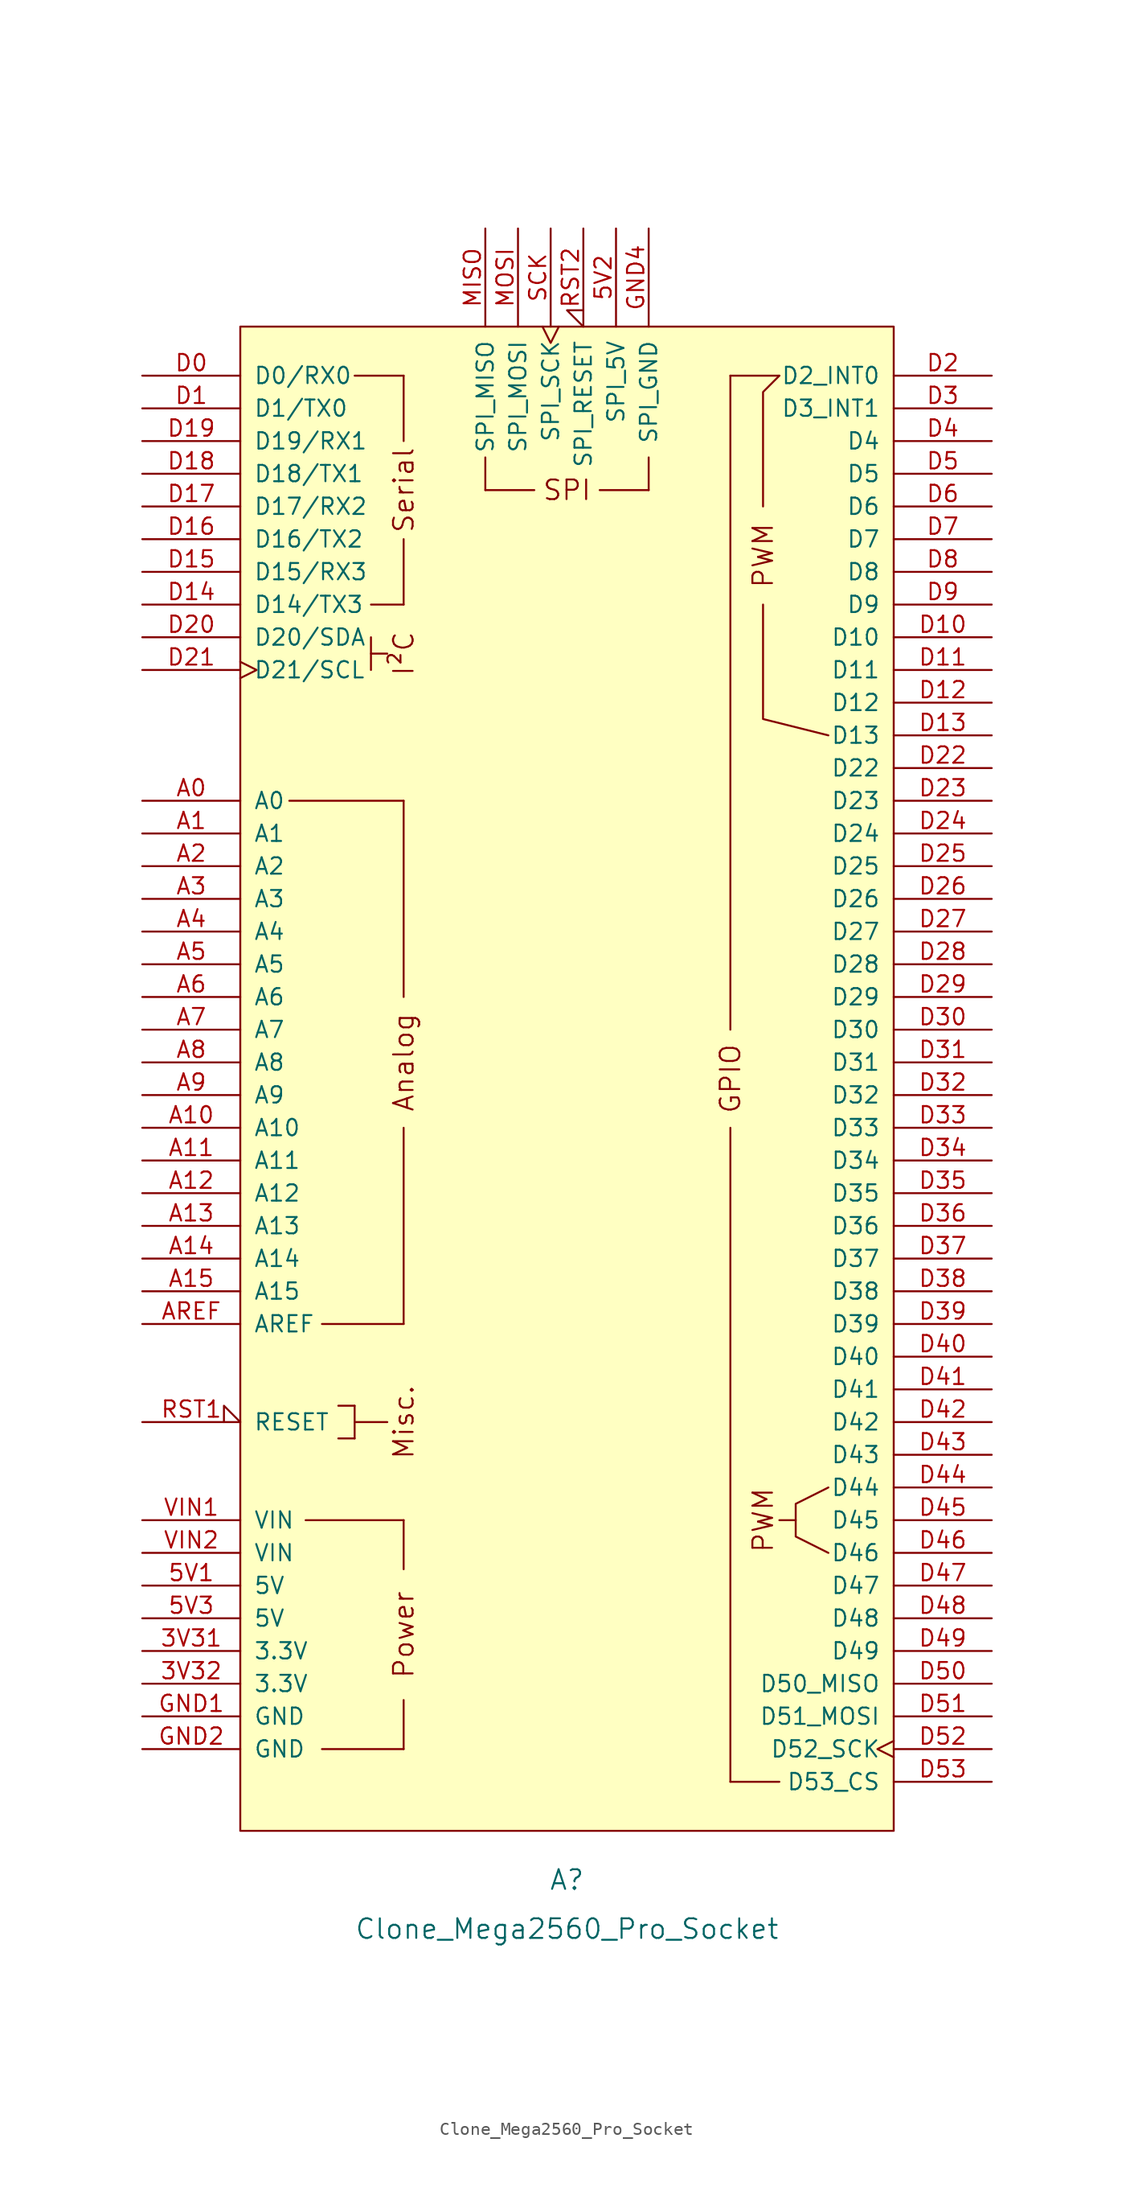
<source format=kicad_sym>
(kicad_symbol_lib
  (version 20211014)
  (generator kicad_symbol_editor)
  (symbol "Clone_Mega2560_Pro_Socket"
    (pin_names
      (offset 1.016))
    (property "Reference" "A"
      (at 0 -62.23 0)
      (effects (font (size 1.524 1.524))))
    (property "Value" "Clone_Mega2560_Pro_Socket"
      (at 0 -66.04 0)
      (effects (font (size 1.524 1.524))))
    (symbol "Clone_Mega2560_Pro_Socket_0_0"
      (rectangle (start -25.4 -58.42) (end 25.4 58.42) (stroke (width 0) (type default) (color 0 0 0 0)) (fill (type background)))
      (rectangle (start -20.32 -34.29) (end -12.7 -34.29) (stroke (width 0) (type default) (color 0 0 0 0)) (fill (type none)))
      (rectangle (start -19.05 -52.07) (end -12.7 -52.07) (stroke (width 0) (type default) (color 0 0 0 0)) (fill (type none)))
      (rectangle (start -19.05 -19.05) (end -12.7 -19.05) (stroke (width 0) (type default) (color 0 0 0 0)) (fill (type none)))
      (rectangle (start -17.78 -27.94) (end -16.51 -27.94) (stroke (width 0) (type default) (color 0 0 0 0)) (fill (type none)))
      (rectangle (start -17.78 -25.4) (end -16.51 -25.4) (stroke (width 0) (type default) (color 0 0 0 0)) (fill (type none)))
      (rectangle (start -16.51 -26.67) (end -13.97 -26.67) (stroke (width 0) (type default) (color 0 0 0 0)) (fill (type none)))
      (rectangle (start -16.51 -25.4) (end -16.51 -27.94) (stroke (width 0) (type default) (color 0 0 0 0)) (fill (type none)))
      (rectangle (start -16.51 54.61) (end -12.7 54.61) (stroke (width 0) (type default) (color 0 0 0 0)) (fill (type none)))
      (rectangle (start -15.24 33.02) (end -13.97 33.02) (stroke (width 0) (type default) (color 0 0 0 0)) (fill (type none)))
      (rectangle (start -15.24 34.29) (end -15.24 31.75) (stroke (width 0) (type default) (color 0 0 0 0)) (fill (type none)))
      (rectangle (start -15.24 36.83) (end -12.7 36.83) (stroke (width 0) (type default) (color 0 0 0 0)) (fill (type none)))
      (rectangle (start -12.7 -48.26) (end -12.7 -52.07) (stroke (width 0) (type default) (color 0 0 0 0)) (fill (type none)))
      (rectangle (start -12.7 -34.29) (end -12.7 -38.1) (stroke (width 0) (type default) (color 0 0 0 0)) (fill (type none)))
      (rectangle (start -12.7 41.91) (end -12.7 36.83) (stroke (width 0) (type default) (color 0 0 0 0)) (fill (type none)))
      (rectangle (start -12.7 49.53) (end -12.7 54.61) (stroke (width 0) (type default) (color 0 0 0 0)) (fill (type none)))
      (rectangle (start -6.35 48.26) (end -6.35 45.72) (stroke (width 0) (type default) (color 0 0 0 0)) (fill (type none)))
      (rectangle (start -2.54 45.72) (end -6.35 45.72) (stroke (width 0) (type default) (color 0 0 0 0)) (fill (type none)))
      (polyline (pts (xy -21.59 21.59) (xy -12.7 21.59)) (stroke (width 0) (type default) (color 0 0 0 0)) (fill (type none)))
      (polyline (pts (xy -12.7 -19.05) (xy -12.7 -3.81)) (stroke (width 0) (type default) (color 0 0 0 0)) (fill (type none)))
      (polyline (pts (xy -12.7 6.35) (xy -12.7 21.59)) (stroke (width 0) (type default) (color 0 0 0 0)) (fill (type none)))
      (polyline (pts (xy 12.7 -54.61) (xy 16.51 -54.61)) (stroke (width 0) (type default) (color 0 0 0 0)) (fill (type none)))
      (polyline (pts (xy 12.7 54.61) (xy 16.51 54.61)) (stroke (width 0) (type default) (color 0 0 0 0)) (fill (type none)))
      (polyline (pts (xy 17.78 -34.29) (xy 16.51 -34.29)) (stroke (width 0) (type default) (color 0 0 0 0)) (fill (type none)))
      (polyline (pts (xy 15.24 36.83) (xy 15.24 27.94) (xy 20.32 26.67)) (stroke (width 0) (type default) (color 0 0 0 0)) (fill (type none)))
      (polyline (pts (xy 15.24 44.45) (xy 15.24 53.34) (xy 16.51 54.61)) (stroke (width 0) (type default) (color 0 0 0 0)) (fill (type none)))
      (polyline (pts (xy 20.32 -31.75) (xy 17.78 -33.02) (xy 17.78 -35.56) (xy 20.32 -36.83)) (stroke (width 0) (type default) (color 0 0 0 0)) (fill (type none)))
      (rectangle (start 6.35 45.72) (end 2.54 45.72) (stroke (width 0) (type default) (color 0 0 0 0)) (fill (type none)))
      (rectangle (start 6.35 48.26) (end 6.35 45.72) (stroke (width 0) (type default) (color 0 0 0 0)) (fill (type none)))
      (text "Analog" (at -12.7 1.27 900) (effects (font (size 1.524 1.524))))
      (text "I²C" (at -12.7 33.02 900) (effects (font (size 1.524 1.524))))
      (text "Misc." (at -12.7 -26.67 900) (effects (font (size 1.524 1.524))))
      (text "Power" (at -12.7 -43.18 900) (effects (font (size 1.524 1.524))))
      (text "PWM" (at 15.24 -34.29 900) (effects (font (size 1.524 1.524))))
      (text "PWM" (at 15.24 40.64 900) (effects (font (size 1.524 1.524))))
      (text "Serial" (at -12.7 45.72 900) (effects (font (size 1.524 1.524))))
      (text "SPI" (at 0 45.72 0) (effects (font (size 1.524 1.524)))))
    (symbol "Clone_Mega2560_Pro_Socket_1_0"
      (rectangle (start 12.7 -54.61) (end 12.7 -3.81) (stroke (width 0) (type default) (color 0 0 0 0)) (fill (type none)))
      (rectangle (start 12.7 54.61) (end 12.7 3.81) (stroke (width 0) (type default) (color 0 0 0 0)) (fill (type none)))
      (text "GPIO" (at 12.7 0 900) (effects (font (size 1.524 1.524)))))
    (symbol "Clone_Mega2560_Pro_Socket_1_1"
      (pin power_out line (at -33.02 -44.45 0) (length 7.62) (name "3.3V" (effects (font (size 1.27 1.27)))) (number "3V31" (effects (font (size 1.27 1.27)))))
      (pin power_out line (at -33.02 -46.99 0) (length 7.62) (name "3.3V" (effects (font (size 1.27 1.27)))) (number "3V32" (effects (font (size 1.27 1.27)))))
      (pin power_in line (at -33.02 -39.37 0) (length 7.62) (name "5V" (effects (font (size 1.27 1.27)))) (number "5V1" (effects (font (size 1.27 1.27)))))
      (pin power_in line (at 3.81 66.04 270) (length 7.62) (name "SPI_5V" (effects (font (size 1.27 1.27)))) (number "5V2" (effects (font (size 1.27 1.27)))))
      (pin power_in line (at -33.02 -41.91 0) (length 7.62) (name "5V" (effects (font (size 1.27 1.27)))) (number "5V3" (effects (font (size 1.27 1.27)))))
      (pin bidirectional line (at -33.02 21.59 0) (length 7.62) (name "A0" (effects (font (size 1.27 1.27)))) (number "A0" (effects (font (size 1.27 1.27)))))
      (pin bidirectional line (at -33.02 19.05 0) (length 7.62) (name "A1" (effects (font (size 1.27 1.27)))) (number "A1" (effects (font (size 1.27 1.27)))))
      (pin bidirectional line (at -33.02 -3.81 0) (length 7.62) (name "A10" (effects (font (size 1.27 1.27)))) (number "A10" (effects (font (size 1.27 1.27)))))
      (pin bidirectional line (at -33.02 -6.35 0) (length 7.62) (name "A11" (effects (font (size 1.27 1.27)))) (number "A11" (effects (font (size 1.27 1.27)))))
      (pin bidirectional line (at -33.02 -8.89 0) (length 7.62) (name "A12" (effects (font (size 1.27 1.27)))) (number "A12" (effects (font (size 1.27 1.27)))))
      (pin bidirectional line (at -33.02 -11.43 0) (length 7.62) (name "A13" (effects (font (size 1.27 1.27)))) (number "A13" (effects (font (size 1.27 1.27)))))
      (pin bidirectional line (at -33.02 -13.97 0) (length 7.62) (name "A14" (effects (font (size 1.27 1.27)))) (number "A14" (effects (font (size 1.27 1.27)))))
      (pin bidirectional line (at -33.02 -16.51 0) (length 7.62) (name "A15" (effects (font (size 1.27 1.27)))) (number "A15" (effects (font (size 1.27 1.27)))))
      (pin bidirectional line (at -33.02 16.51 0) (length 7.62) (name "A2" (effects (font (size 1.27 1.27)))) (number "A2" (effects (font (size 1.27 1.27)))))
      (pin bidirectional line (at -33.02 13.97 0) (length 7.62) (name "A3" (effects (font (size 1.27 1.27)))) (number "A3" (effects (font (size 1.27 1.27)))))
      (pin bidirectional line (at -33.02 11.43 0) (length 7.62) (name "A4" (effects (font (size 1.27 1.27)))) (number "A4" (effects (font (size 1.27 1.27)))))
      (pin bidirectional line (at -33.02 8.89 0) (length 7.62) (name "A5" (effects (font (size 1.27 1.27)))) (number "A5" (effects (font (size 1.27 1.27)))))
      (pin bidirectional line (at -33.02 6.35 0) (length 7.62) (name "A6" (effects (font (size 1.27 1.27)))) (number "A6" (effects (font (size 1.27 1.27)))))
      (pin bidirectional line (at -33.02 3.81 0) (length 7.62) (name "A7" (effects (font (size 1.27 1.27)))) (number "A7" (effects (font (size 1.27 1.27)))))
      (pin bidirectional line (at -33.02 1.27 0) (length 7.62) (name "A8" (effects (font (size 1.27 1.27)))) (number "A8" (effects (font (size 1.27 1.27)))))
      (pin bidirectional line (at -33.02 -1.27 0) (length 7.62) (name "A9" (effects (font (size 1.27 1.27)))) (number "A9" (effects (font (size 1.27 1.27)))))
      (pin input line (at -33.02 -19.05 0) (length 7.62) (name "AREF" (effects (font (size 1.27 1.27)))) (number "AREF" (effects (font (size 1.27 1.27)))))
      (pin bidirectional line (at -33.02 54.61 0) (length 7.62) (name "D0/RX0" (effects (font (size 1.27 1.27)))) (number "D0" (effects (font (size 1.27 1.27)))))
      (pin bidirectional line (at -33.02 52.07 0) (length 7.62) (name "D1/TX0" (effects (font (size 1.27 1.27)))) (number "D1" (effects (font (size 1.27 1.27)))))
      (pin bidirectional line (at 33.02 34.29 180) (length 7.62) (name "D10" (effects (font (size 1.27 1.27)))) (number "D10" (effects (font (size 1.27 1.27)))))
      (pin bidirectional line (at 33.02 31.75 180) (length 7.62) (name "D11" (effects (font (size 1.27 1.27)))) (number "D11" (effects (font (size 1.27 1.27)))))
      (pin bidirectional line (at 33.02 29.21 180) (length 7.62) (name "D12" (effects (font (size 1.27 1.27)))) (number "D12" (effects (font (size 1.27 1.27)))))
      (pin bidirectional line (at 33.02 26.67 180) (length 7.62) (name "D13" (effects (font (size 1.27 1.27)))) (number "D13" (effects (font (size 1.27 1.27)))))
      (pin bidirectional line (at -33.02 36.83 0) (length 7.62) (name "D14/TX3" (effects (font (size 1.27 1.27)))) (number "D14" (effects (font (size 1.27 1.27)))))
      (pin bidirectional line (at -33.02 39.37 0) (length 7.62) (name "D15/RX3" (effects (font (size 1.27 1.27)))) (number "D15" (effects (font (size 1.27 1.27)))))
      (pin bidirectional line (at -33.02 41.91 0) (length 7.62) (name "D16/TX2" (effects (font (size 1.27 1.27)))) (number "D16" (effects (font (size 1.27 1.27)))))
      (pin bidirectional line (at -33.02 44.45 0) (length 7.62) (name "D17/RX2" (effects (font (size 1.27 1.27)))) (number "D17" (effects (font (size 1.27 1.27)))))
      (pin bidirectional line (at -33.02 46.99 0) (length 7.62) (name "D18/TX1" (effects (font (size 1.27 1.27)))) (number "D18" (effects (font (size 1.27 1.27)))))
      (pin bidirectional line (at -33.02 49.53 0) (length 7.62) (name "D19/RX1" (effects (font (size 1.27 1.27)))) (number "D19" (effects (font (size 1.27 1.27)))))
      (pin bidirectional line (at 33.02 54.61 180) (length 7.62) (name "D2_INT0" (effects (font (size 1.27 1.27)))) (number "D2" (effects (font (size 1.27 1.27)))))
      (pin bidirectional line (at -33.02 34.29 0) (length 7.62) (name "D20/SDA" (effects (font (size 1.27 1.27)))) (number "D20" (effects (font (size 1.27 1.27)))))
      (pin bidirectional clock (at -33.02 31.75 0) (length 7.62) (name "D21/SCL" (effects (font (size 1.27 1.27)))) (number "D21" (effects (font (size 1.27 1.27)))))
      (pin bidirectional line (at 33.02 24.13 180) (length 7.62) (name "D22" (effects (font (size 1.27 1.27)))) (number "D22" (effects (font (size 1.27 1.27)))))
      (pin bidirectional line (at 33.02 21.59 180) (length 7.62) (name "D23" (effects (font (size 1.27 1.27)))) (number "D23" (effects (font (size 1.27 1.27)))))
      (pin bidirectional line (at 33.02 19.05 180) (length 7.62) (name "D24" (effects (font (size 1.27 1.27)))) (number "D24" (effects (font (size 1.27 1.27)))))
      (pin bidirectional line (at 33.02 16.51 180) (length 7.62) (name "D25" (effects (font (size 1.27 1.27)))) (number "D25" (effects (font (size 1.27 1.27)))))
      (pin bidirectional line (at 33.02 13.97 180) (length 7.62) (name "D26" (effects (font (size 1.27 1.27)))) (number "D26" (effects (font (size 1.27 1.27)))))
      (pin bidirectional line (at 33.02 11.43 180) (length 7.62) (name "D27" (effects (font (size 1.27 1.27)))) (number "D27" (effects (font (size 1.27 1.27)))))
      (pin bidirectional line (at 33.02 8.89 180) (length 7.62) (name "D28" (effects (font (size 1.27 1.27)))) (number "D28" (effects (font (size 1.27 1.27)))))
      (pin bidirectional line (at 33.02 6.35 180) (length 7.62) (name "D29" (effects (font (size 1.27 1.27)))) (number "D29" (effects (font (size 1.27 1.27)))))
      (pin bidirectional line (at 33.02 52.07 180) (length 7.62) (name "D3_INT1" (effects (font (size 1.27 1.27)))) (number "D3" (effects (font (size 1.27 1.27)))))
      (pin bidirectional line (at 33.02 3.81 180) (length 7.62) (name "D30" (effects (font (size 1.27 1.27)))) (number "D30" (effects (font (size 1.27 1.27)))))
      (pin bidirectional line (at 33.02 1.27 180) (length 7.62) (name "D31" (effects (font (size 1.27 1.27)))) (number "D31" (effects (font (size 1.27 1.27)))))
      (pin bidirectional line (at 33.02 -1.27 180) (length 7.62) (name "D32" (effects (font (size 1.27 1.27)))) (number "D32" (effects (font (size 1.27 1.27)))))
      (pin bidirectional line (at 33.02 -3.81 180) (length 7.62) (name "D33" (effects (font (size 1.27 1.27)))) (number "D33" (effects (font (size 1.27 1.27)))))
      (pin bidirectional line (at 33.02 -6.35 180) (length 7.62) (name "D34" (effects (font (size 1.27 1.27)))) (number "D34" (effects (font (size 1.27 1.27)))))
      (pin bidirectional line (at 33.02 -8.89 180) (length 7.62) (name "D35" (effects (font (size 1.27 1.27)))) (number "D35" (effects (font (size 1.27 1.27)))))
      (pin bidirectional line (at 33.02 -11.43 180) (length 7.62) (name "D36" (effects (font (size 1.27 1.27)))) (number "D36" (effects (font (size 1.27 1.27)))))
      (pin bidirectional line (at 33.02 -13.97 180) (length 7.62) (name "D37" (effects (font (size 1.27 1.27)))) (number "D37" (effects (font (size 1.27 1.27)))))
      (pin bidirectional line (at 33.02 -16.51 180) (length 7.62) (name "D38" (effects (font (size 1.27 1.27)))) (number "D38" (effects (font (size 1.27 1.27)))))
      (pin bidirectional line (at 33.02 -19.05 180) (length 7.62) (name "D39" (effects (font (size 1.27 1.27)))) (number "D39" (effects (font (size 1.27 1.27)))))
      (pin bidirectional line (at 33.02 49.53 180) (length 7.62) (name "D4" (effects (font (size 1.27 1.27)))) (number "D4" (effects (font (size 1.27 1.27)))))
      (pin bidirectional line (at 33.02 -21.59 180) (length 7.62) (name "D40" (effects (font (size 1.27 1.27)))) (number "D40" (effects (font (size 1.27 1.27)))))
      (pin bidirectional line (at 33.02 -24.13 180) (length 7.62) (name "D41" (effects (font (size 1.27 1.27)))) (number "D41" (effects (font (size 1.27 1.27)))))
      (pin bidirectional line (at 33.02 -26.67 180) (length 7.62) (name "D42" (effects (font (size 1.27 1.27)))) (number "D42" (effects (font (size 1.27 1.27)))))
      (pin bidirectional line (at 33.02 -29.21 180) (length 7.62) (name "D43" (effects (font (size 1.27 1.27)))) (number "D43" (effects (font (size 1.27 1.27)))))
      (pin bidirectional line (at 33.02 -31.75 180) (length 7.62) (name "D44" (effects (font (size 1.27 1.27)))) (number "D44" (effects (font (size 1.27 1.27)))))
      (pin bidirectional line (at 33.02 -34.29 180) (length 7.62) (name "D45" (effects (font (size 1.27 1.27)))) (number "D45" (effects (font (size 1.27 1.27)))))
      (pin bidirectional line (at 33.02 -36.83 180) (length 7.62) (name "D46" (effects (font (size 1.27 1.27)))) (number "D46" (effects (font (size 1.27 1.27)))))
      (pin bidirectional line (at 33.02 -39.37 180) (length 7.62) (name "D47" (effects (font (size 1.27 1.27)))) (number "D47" (effects (font (size 1.27 1.27)))))
      (pin bidirectional line (at 33.02 -41.91 180) (length 7.62) (name "D48" (effects (font (size 1.27 1.27)))) (number "D48" (effects (font (size 1.27 1.27)))))
      (pin bidirectional line (at 33.02 -44.45 180) (length 7.62) (name "D49" (effects (font (size 1.27 1.27)))) (number "D49" (effects (font (size 1.27 1.27)))))
      (pin bidirectional line (at 33.02 46.99 180) (length 7.62) (name "D5" (effects (font (size 1.27 1.27)))) (number "D5" (effects (font (size 1.27 1.27)))))
      (pin bidirectional line (at 33.02 -46.99 180) (length 7.62) (name "D50_MISO" (effects (font (size 1.27 1.27)))) (number "D50" (effects (font (size 1.27 1.27)))))
      (pin bidirectional line (at 33.02 -49.53 180) (length 7.62) (name "D51_MOSI" (effects (font (size 1.27 1.27)))) (number "D51" (effects (font (size 1.27 1.27)))))
      (pin bidirectional clock (at 33.02 -52.07 180) (length 7.62) (name "D52_SCK" (effects (font (size 1.27 1.27)))) (number "D52" (effects (font (size 1.27 1.27)))))
      (pin bidirectional line (at 33.02 -54.61 180) (length 7.62) (name "D53_CS" (effects (font (size 1.27 1.27)))) (number "D53" (effects (font (size 1.27 1.27)))))
      (pin bidirectional line (at 33.02 44.45 180) (length 7.62) (name "D6" (effects (font (size 1.27 1.27)))) (number "D6" (effects (font (size 1.27 1.27)))))
      (pin bidirectional line (at 33.02 41.91 180) (length 7.62) (name "D7" (effects (font (size 1.27 1.27)))) (number "D7" (effects (font (size 1.27 1.27)))))
      (pin bidirectional line (at 33.02 39.37 180) (length 7.62) (name "D8" (effects (font (size 1.27 1.27)))) (number "D8" (effects (font (size 1.27 1.27)))))
      (pin bidirectional line (at 33.02 36.83 180) (length 7.62) (name "D9" (effects (font (size 1.27 1.27)))) (number "D9" (effects (font (size 1.27 1.27)))))
      (pin power_in line (at -33.02 -49.53 0) (length 7.62) (name "GND" (effects (font (size 1.27 1.27)))) (number "GND1" (effects (font (size 1.27 1.27)))))
      (pin power_in line (at -33.02 -52.07 0) (length 7.62) (name "GND" (effects (font (size 1.27 1.27)))) (number "GND2" (effects (font (size 1.27 1.27)))))
      (pin power_in line (at 6.35 66.04 270) (length 7.62) (name "SPI_GND" (effects (font (size 1.27 1.27)))) (number "GND4" (effects (font (size 1.27 1.27)))))
      (pin input line (at -6.35 66.04 270) (length 7.62) (name "SPI_MISO" (effects (font (size 1.27 1.27)))) (number "MISO" (effects (font (size 1.27 1.27)))))
      (pin output line (at -3.81 66.04 270) (length 7.62) (name "SPI_MOSI" (effects (font (size 1.27 1.27)))) (number "MOSI" (effects (font (size 1.27 1.27)))))
      (pin open_collector input_low (at -33.02 -26.67 0) (length 7.62) (name "RESET" (effects (font (size 1.27 1.27)))) (number "RST1" (effects (font (size 1.27 1.27)))))
      (pin open_collector input_low (at 1.27 66.04 270) (length 7.62) (name "SPI_RESET" (effects (font (size 1.27 1.27)))) (number "RST2" (effects (font (size 1.27 1.27)))))
      (pin output clock (at -1.27 66.04 270) (length 7.62) (name "SPI_SCK" (effects (font (size 1.27 1.27)))) (number "SCK" (effects (font (size 1.27 1.27)))))
      (pin power_in line (at -33.02 -34.29 0) (length 7.62) (name "VIN" (effects (font (size 1.27 1.27)))) (number "VIN1" (effects (font (size 1.27 1.27)))))
      (pin power_in line (at -33.02 -36.83 0) (length 7.62) (name "VIN" (effects (font (size 1.27 1.27)))) (number "VIN2" (effects (font (size 1.27 1.27))))))))
</source>
